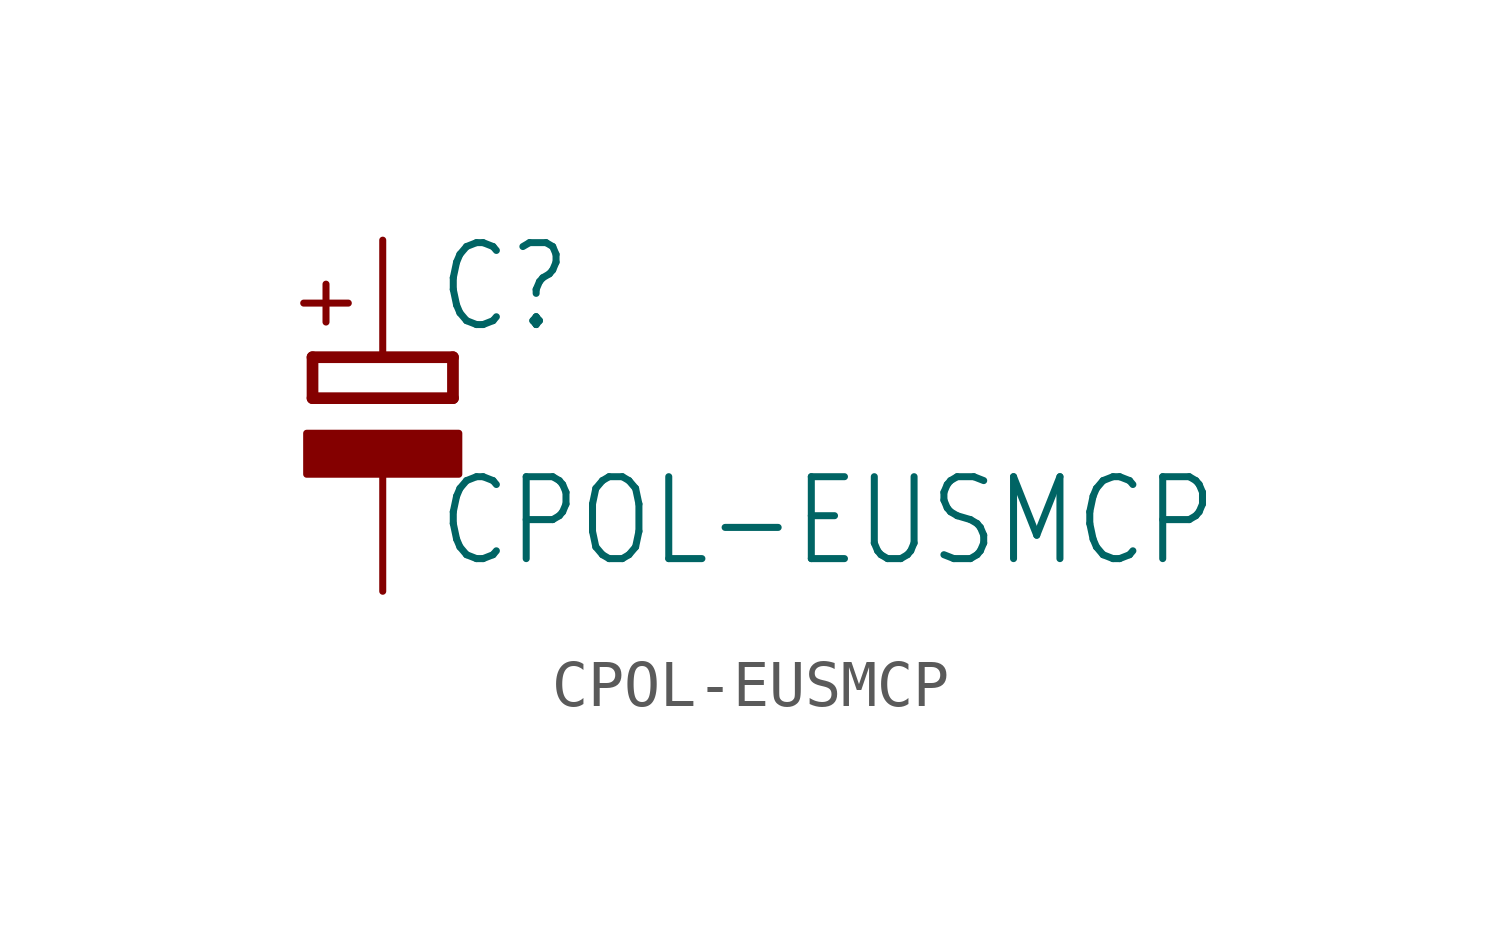
<source format=kicad_sym>
(kicad_symbol_lib
  (version 20211014)
  (generator kicad_symbol_editor)
  (symbol "CPOL-EUSMCP"
    (property "Reference" "C"
      (at 1.143 0.483 0)
      (effects (font (size 1.778 1.511)) (justify left bottom)))
    (property "Value" "CPOL-EUSMCP"
      (at 1.143 -4.597 0)
      (effects (font (size 1.778 1.511)) (justify left bottom)))
    (property "ki_locked" ""
      (at 0 0 0)
      (effects (font (size 1.27 1.27))))
    (symbol "CPOL-EUSMCP_1_0"
      (rectangle (start -1.651 -2.54) (end 1.651 -1.651) (stroke (width 0) (type default) (color 0 0 0 0)) (fill (type outline)))
      (polyline (pts (xy -1.524 -0.889) (xy 1.524 -0.889)) (stroke (width 0.254) (type default) (color 0 0 0 0)) (fill (type none)))
      (polyline (pts (xy -1.524 0) (xy -1.524 -0.889)) (stroke (width 0.254) (type default) (color 0 0 0 0)) (fill (type none)))
      (polyline (pts (xy -1.524 0) (xy 1.524 0)) (stroke (width 0.254) (type default) (color 0 0 0 0)) (fill (type none)))
      (polyline (pts (xy 1.524 -0.889) (xy 1.524 0)) (stroke (width 0.254) (type default) (color 0 0 0 0)) (fill (type none)))
      (text "+" (at -0.584 0.406 900) (effects (font (size 1.27 1.079)) (justify left bottom)))
      (pin passive line (at 0 2.54 270) (length 2.54) (name "+" (effects (font (size 0 0)))) (number "+" (effects (font (size 0 0)))))
      (pin passive line (at 0 -5.08 90) (length 2.54) (name "-" (effects (font (size 0 0)))) (number "-" (effects (font (size 0 0))))))))
</source>
